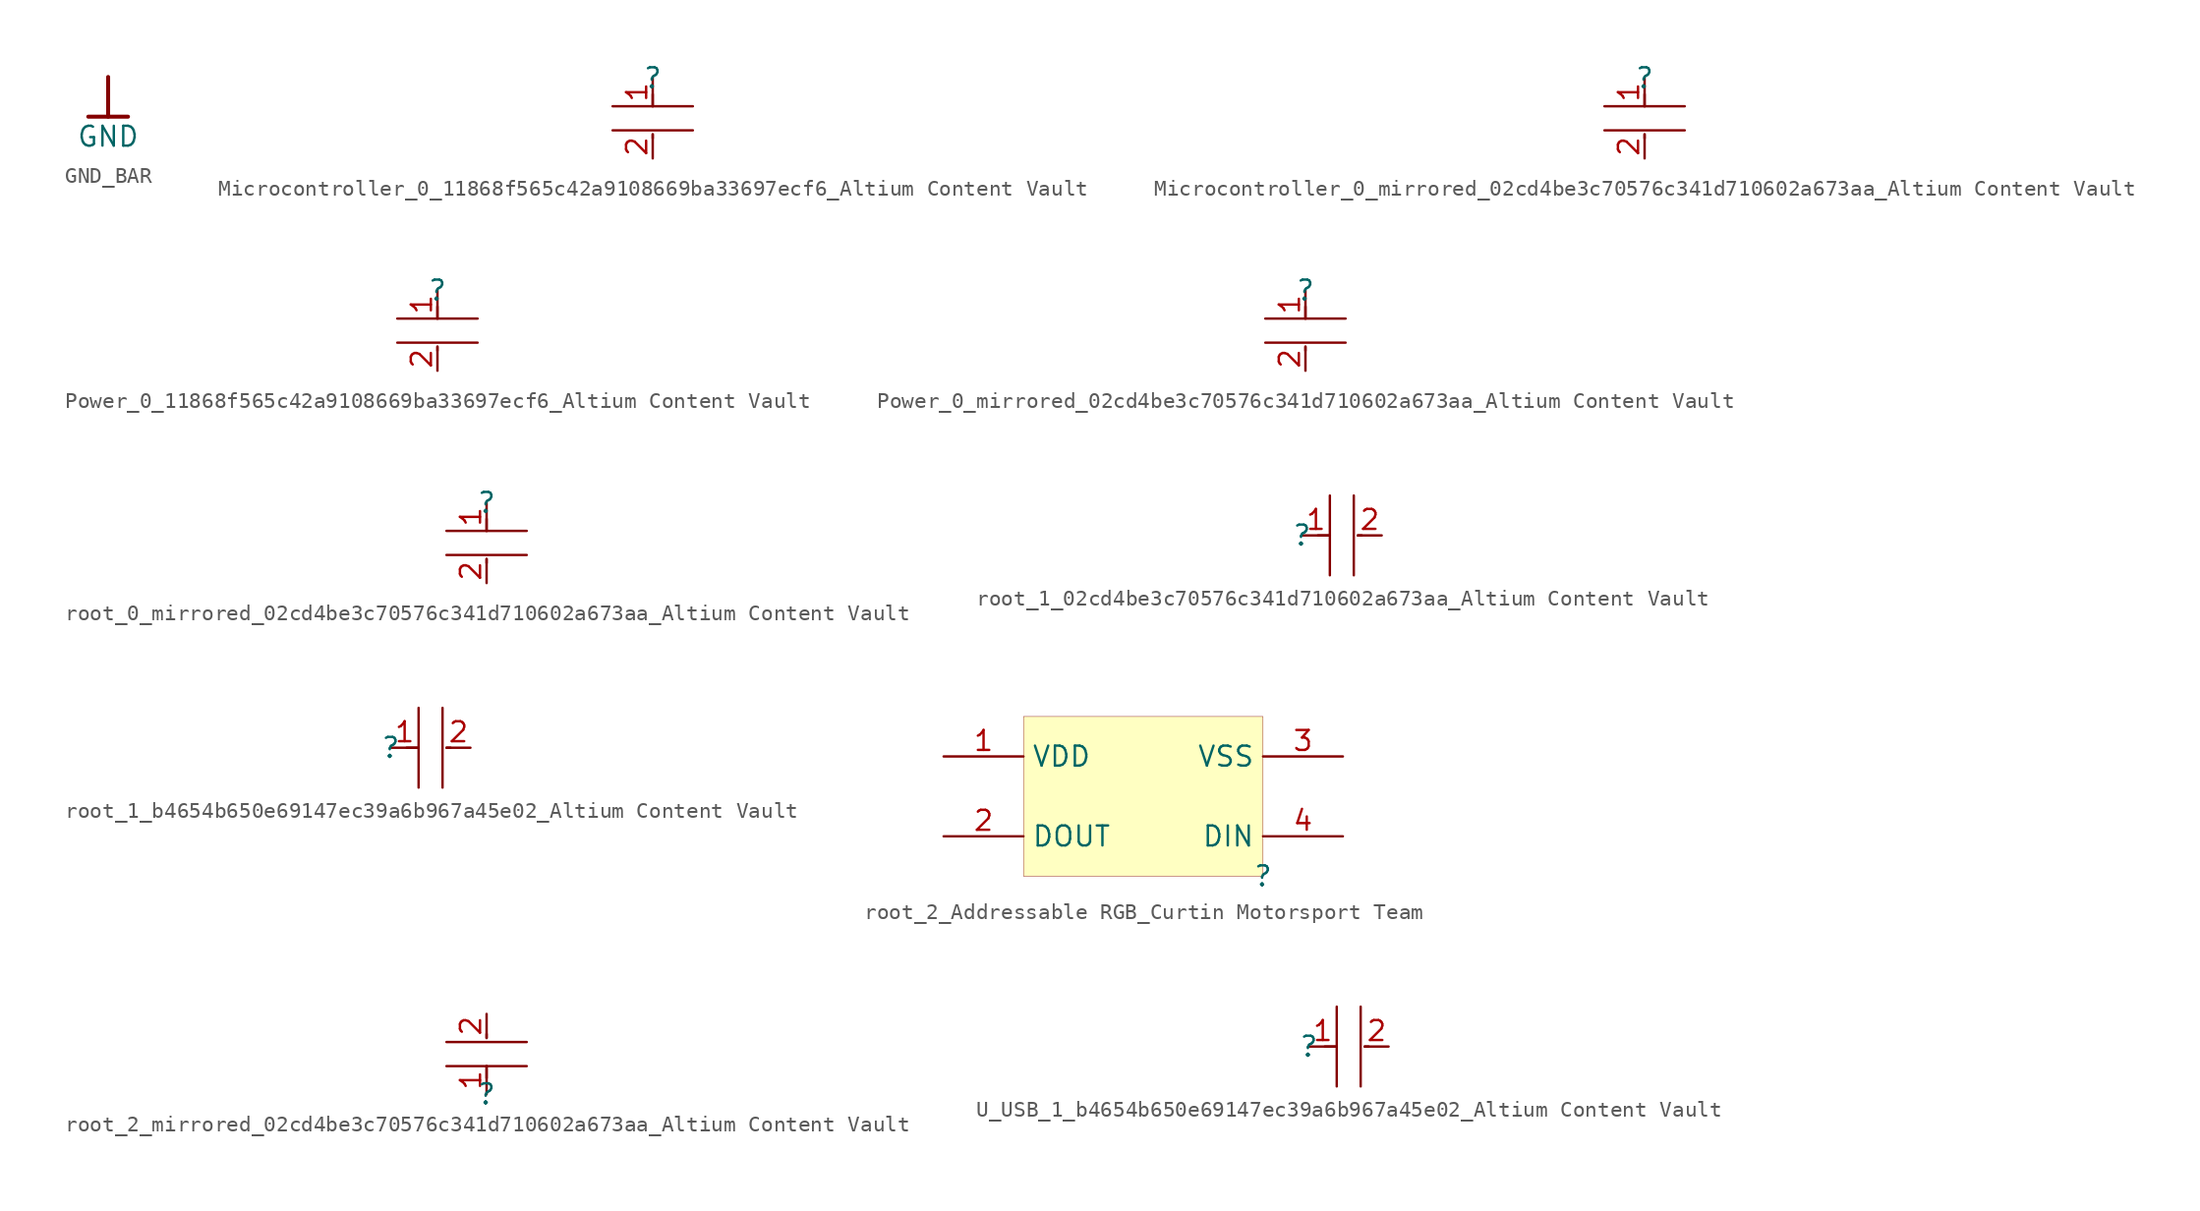
<source format=kicad_sym>
(kicad_symbol_lib
  (version 20241209)
  (generator "kicad_symbol_editor")
  (generator_version "9.0")
  (symbol "GND_BAR"
    (power)
    (property "Reference" "#PWR"
      (at 0 0 0)
      (effects (font (size 1.27 1.27)) (hide yes)))
    (property "Value" "GND"
      (at 0 -3.81 0)
      (effects (font (size 1.27 1.27))))
    (symbol "GND_BAR_0_0"
      (polyline (pts (xy -1.27 -2.54) (xy 1.27 -2.54)) (stroke (width 0.254) (type solid)) (fill (type none)))
      (polyline (pts (xy 0 0) (xy 0 -2.54)) (stroke (width 0.254) (type solid)) (fill (type none)))
      (pin power_in line (at 0 0 0) (length 0) (hide yes) (name "GND" (effects (font (size 1.27 1.27)))) (number "" (effects (font (size 1.27 1.27)))))))
  (symbol "Microcontroller_0_11868f565c42a9108669ba33697ecf6_Altium Content Vault"
    (pin_names
      (hide yes))
    (property "Reference" ""
      (at 0 0 0)
      (effects (font (size 1.27 1.27))))
    (property "Value" ""
      (at 0 0 0)
      (effects (font (size 1.27 1.27))))
    (symbol "Microcontroller_0_11868f565c42a9108669ba33697ecf6_Altium Content Vault_1_0"
      (polyline (pts (xy 0 -1.778) (xy 0 -1.016)) (stroke (width 0) (type solid)) (fill (type none)))
      (polyline (pts (xy 0 -3.556) (xy 0 -3.81)) (stroke (width 0) (type solid)) (fill (type none)))
      (polyline (pts (xy 2.54 -1.778) (xy -2.54 -1.778)) (stroke (width 0) (type solid)) (fill (type none)))
      (polyline (pts (xy 2.54 -3.302) (xy -2.54 -3.302)) (stroke (width 0) (type solid)) (fill (type none)))
      (pin passive line (at 0 0 270) (length 1.778) (name "1" (effects (font (size 1.27 1.27)))) (number "1" (effects (font (size 1.27 1.27)))))
      (pin passive line (at 0 -5.08 90) (length 1.524) (name "2" (effects (font (size 1.27 1.27)))) (number "2" (effects (font (size 1.27 1.27)))))))
  (symbol "Microcontroller_0_mirrored_02cd4be3c70576c341d710602a673aa_Altium Content Vault"
    (pin_names
      (hide yes))
    (property "Reference" ""
      (at 0 0 0)
      (effects (font (size 1.27 1.27))))
    (property "Value" ""
      (at 0 0 0)
      (effects (font (size 1.27 1.27))))
    (symbol "Microcontroller_0_mirrored_02cd4be3c70576c341d710602a673aa_Altium Content Vault_1_0"
      (polyline (pts (xy -2.54 -1.778) (xy 2.54 -1.778)) (stroke (width 0) (type solid)) (fill (type none)))
      (polyline (pts (xy -2.54 -3.302) (xy 2.54 -3.302)) (stroke (width 0) (type solid)) (fill (type none)))
      (polyline (pts (xy 0 -1.778) (xy 0 -1.016)) (stroke (width 0) (type solid)) (fill (type none)))
      (polyline (pts (xy 0 -3.556) (xy 0 -3.81)) (stroke (width 0) (type solid)) (fill (type none)))
      (pin passive line (at 0 0 270) (length 1.778) (name "1" (effects (font (size 1.27 1.27)))) (number "1" (effects (font (size 1.27 1.27)))))
      (pin passive line (at 0 -5.08 90) (length 1.524) (name "2" (effects (font (size 1.27 1.27)))) (number "2" (effects (font (size 1.27 1.27)))))))
  (symbol "Power_0_11868f565c42a9108669ba33697ecf6_Altium Content Vault"
    (pin_names
      (hide yes))
    (property "Reference" ""
      (at 0 0 0)
      (effects (font (size 1.27 1.27))))
    (property "Value" ""
      (at 0 0 0)
      (effects (font (size 1.27 1.27))))
    (symbol "Power_0_11868f565c42a9108669ba33697ecf6_Altium Content Vault_1_0"
      (polyline (pts (xy 0 -1.778) (xy 0 -1.016)) (stroke (width 0) (type solid)) (fill (type none)))
      (polyline (pts (xy 0 -3.556) (xy 0 -3.81)) (stroke (width 0) (type solid)) (fill (type none)))
      (polyline (pts (xy 2.54 -1.778) (xy -2.54 -1.778)) (stroke (width 0) (type solid)) (fill (type none)))
      (polyline (pts (xy 2.54 -3.302) (xy -2.54 -3.302)) (stroke (width 0) (type solid)) (fill (type none)))
      (pin passive line (at 0 0 270) (length 1.778) (name "1" (effects (font (size 1.27 1.27)))) (number "1" (effects (font (size 1.27 1.27)))))
      (pin passive line (at 0 -5.08 90) (length 1.524) (name "2" (effects (font (size 1.27 1.27)))) (number "2" (effects (font (size 1.27 1.27)))))))
  (symbol "Power_0_mirrored_02cd4be3c70576c341d710602a673aa_Altium Content Vault"
    (pin_names
      (hide yes))
    (property "Reference" ""
      (at 0 0 0)
      (effects (font (size 1.27 1.27))))
    (property "Value" ""
      (at 0 0 0)
      (effects (font (size 1.27 1.27))))
    (symbol "Power_0_mirrored_02cd4be3c70576c341d710602a673aa_Altium Content Vault_1_0"
      (polyline (pts (xy -2.54 -1.778) (xy 2.54 -1.778)) (stroke (width 0) (type solid)) (fill (type none)))
      (polyline (pts (xy -2.54 -3.302) (xy 2.54 -3.302)) (stroke (width 0) (type solid)) (fill (type none)))
      (polyline (pts (xy 0 -1.778) (xy 0 -1.016)) (stroke (width 0) (type solid)) (fill (type none)))
      (polyline (pts (xy 0 -3.556) (xy 0 -3.81)) (stroke (width 0) (type solid)) (fill (type none)))
      (pin passive line (at 0 0 270) (length 1.778) (name "1" (effects (font (size 1.27 1.27)))) (number "1" (effects (font (size 1.27 1.27)))))
      (pin passive line (at 0 -5.08 90) (length 1.524) (name "2" (effects (font (size 1.27 1.27)))) (number "2" (effects (font (size 1.27 1.27)))))))
  (symbol "root_0_mirrored_02cd4be3c70576c341d710602a673aa_Altium Content Vault"
    (pin_names
      (hide yes))
    (property "Reference" ""
      (at 0 0 0)
      (effects (font (size 1.27 1.27))))
    (property "Value" ""
      (at 0 0 0)
      (effects (font (size 1.27 1.27))))
    (symbol "root_0_mirrored_02cd4be3c70576c341d710602a673aa_Altium Content Vault_1_0"
      (polyline (pts (xy -2.54 -1.778) (xy 2.54 -1.778)) (stroke (width 0) (type solid)) (fill (type none)))
      (polyline (pts (xy -2.54 -3.302) (xy 2.54 -3.302)) (stroke (width 0) (type solid)) (fill (type none)))
      (polyline (pts (xy 0 -1.778) (xy 0 -1.016)) (stroke (width 0) (type solid)) (fill (type none)))
      (polyline (pts (xy 0 -3.556) (xy 0 -3.81)) (stroke (width 0) (type solid)) (fill (type none)))
      (pin passive line (at 0 0 270) (length 1.778) (name "1" (effects (font (size 1.27 1.27)))) (number "1" (effects (font (size 1.27 1.27)))))
      (pin passive line (at 0 -5.08 90) (length 1.524) (name "2" (effects (font (size 1.27 1.27)))) (number "2" (effects (font (size 1.27 1.27)))))))
  (symbol "root_1_02cd4be3c70576c341d710602a673aa_Altium Content Vault"
    (pin_names
      (hide yes))
    (property "Reference" ""
      (at 0 0 0)
      (effects (font (size 1.27 1.27))))
    (property "Value" ""
      (at 0 0 0)
      (effects (font (size 1.27 1.27))))
    (symbol "root_1_02cd4be3c70576c341d710602a673aa_Altium Content Vault_1_0"
      (polyline (pts (xy 1.778 2.54) (xy 1.778 -2.54)) (stroke (width 0) (type solid)) (fill (type none)))
      (polyline (pts (xy 1.778 0) (xy 1.016 0)) (stroke (width 0) (type solid)) (fill (type none)))
      (polyline (pts (xy 3.302 2.54) (xy 3.302 -2.54)) (stroke (width 0) (type solid)) (fill (type none)))
      (polyline (pts (xy 3.556 0) (xy 3.81 0)) (stroke (width 0) (type solid)) (fill (type none)))
      (pin passive line (at 0 0 0) (length 1.778) (name "1" (effects (font (size 1.27 1.27)))) (number "1" (effects (font (size 1.27 1.27)))))
      (pin passive line (at 5.08 0 180) (length 1.524) (name "2" (effects (font (size 1.27 1.27)))) (number "2" (effects (font (size 1.27 1.27)))))))
  (symbol "root_1_b4654b650e69147ec39a6b967a45e02_Altium Content Vault"
    (pin_names
      (hide yes))
    (property "Reference" ""
      (at 0 0 0)
      (effects (font (size 1.27 1.27))))
    (property "Value" ""
      (at 0 0 0)
      (effects (font (size 1.27 1.27))))
    (symbol "root_1_b4654b650e69147ec39a6b967a45e02_Altium Content Vault_1_0"
      (polyline (pts (xy 1.778 2.54) (xy 1.778 -2.54)) (stroke (width 0) (type solid)) (fill (type none)))
      (polyline (pts (xy 1.778 0) (xy 1.016 0)) (stroke (width 0) (type solid)) (fill (type none)))
      (polyline (pts (xy 3.302 2.54) (xy 3.302 -2.54)) (stroke (width 0) (type solid)) (fill (type none)))
      (polyline (pts (xy 3.556 0) (xy 3.81 0)) (stroke (width 0) (type solid)) (fill (type none)))
      (pin passive line (at 0 0 0) (length 1.778) (name "1" (effects (font (size 1.27 1.27)))) (number "1" (effects (font (size 1.27 1.27)))))
      (pin passive line (at 5.08 0 180) (length 1.524) (name "2" (effects (font (size 1.27 1.27)))) (number "2" (effects (font (size 1.27 1.27)))))))
  (symbol "root_2_Addressable RGB_Curtin Motorsport Team"
    (property "Reference" ""
      (at 0 0 0)
      (effects (font (size 1.27 1.27))))
    (property "Value" ""
      (at 0 0 0)
      (effects (font (size 1.27 1.27))))
    (symbol "root_2_Addressable RGB_Curtin Motorsport Team_1_0"
      (rectangle (start 0 10.16) (end -15.24 0) (stroke (width 0.025) (type solid) (color 128 0 0 1)) (fill (type background)))
      (pin power_in line (at -20.32 7.62 0) (length 5.08) (name "VDD" (effects (font (size 1.27 1.27)))) (number "1" (effects (font (size 1.27 1.27)))))
      (pin output line (at -20.32 2.54 0) (length 5.08) (name "DOUT" (effects (font (size 1.27 1.27)))) (number "2" (effects (font (size 1.27 1.27)))))
      (pin power_in line (at 5.08 7.62 180) (length 5.08) (name "VSS" (effects (font (size 1.27 1.27)))) (number "3" (effects (font (size 1.27 1.27)))))
      (pin input line (at 5.08 2.54 180) (length 5.08) (name "DIN" (effects (font (size 1.27 1.27)))) (number "4" (effects (font (size 1.27 1.27)))))))
  (symbol "root_2_mirrored_02cd4be3c70576c341d710602a673aa_Altium Content Vault"
    (pin_names
      (hide yes))
    (property "Reference" ""
      (at 0 0 0)
      (effects (font (size 1.27 1.27))))
    (property "Value" ""
      (at 0 0 0)
      (effects (font (size 1.27 1.27))))
    (symbol "root_2_mirrored_02cd4be3c70576c341d710602a673aa_Altium Content Vault_1_0"
      (polyline (pts (xy 0 3.556) (xy 0 3.81)) (stroke (width 0) (type solid)) (fill (type none)))
      (polyline (pts (xy 0 1.778) (xy 0 1.016)) (stroke (width 0) (type solid)) (fill (type none)))
      (polyline (pts (xy 2.54 3.302) (xy -2.54 3.302)) (stroke (width 0) (type solid)) (fill (type none)))
      (polyline (pts (xy 2.54 1.778) (xy -2.54 1.778)) (stroke (width 0) (type solid)) (fill (type none)))
      (pin passive line (at 0 5.08 270) (length 1.524) (name "2" (effects (font (size 1.27 1.27)))) (number "2" (effects (font (size 1.27 1.27)))))
      (pin passive line (at 0 0 90) (length 1.778) (name "1" (effects (font (size 1.27 1.27)))) (number "1" (effects (font (size 1.27 1.27)))))))
  (symbol "U_USB_1_b4654b650e69147ec39a6b967a45e02_Altium Content Vault"
    (pin_names
      (hide yes))
    (property "Reference" ""
      (at 0 0 0)
      (effects (font (size 1.27 1.27))))
    (property "Value" ""
      (at 0 0 0)
      (effects (font (size 1.27 1.27))))
    (symbol "U_USB_1_b4654b650e69147ec39a6b967a45e02_Altium Content Vault_1_0"
      (polyline (pts (xy 1.778 2.54) (xy 1.778 -2.54)) (stroke (width 0) (type solid)) (fill (type none)))
      (polyline (pts (xy 1.778 0) (xy 1.016 0)) (stroke (width 0) (type solid)) (fill (type none)))
      (polyline (pts (xy 3.302 2.54) (xy 3.302 -2.54)) (stroke (width 0) (type solid)) (fill (type none)))
      (polyline (pts (xy 3.556 0) (xy 3.81 0)) (stroke (width 0) (type solid)) (fill (type none)))
      (pin passive line (at 0 0 0) (length 1.778) (name "1" (effects (font (size 1.27 1.27)))) (number "1" (effects (font (size 1.27 1.27)))))
      (pin passive line (at 5.08 0 180) (length 1.524) (name "2" (effects (font (size 1.27 1.27)))) (number "2" (effects (font (size 1.27 1.27))))))))
</source>
